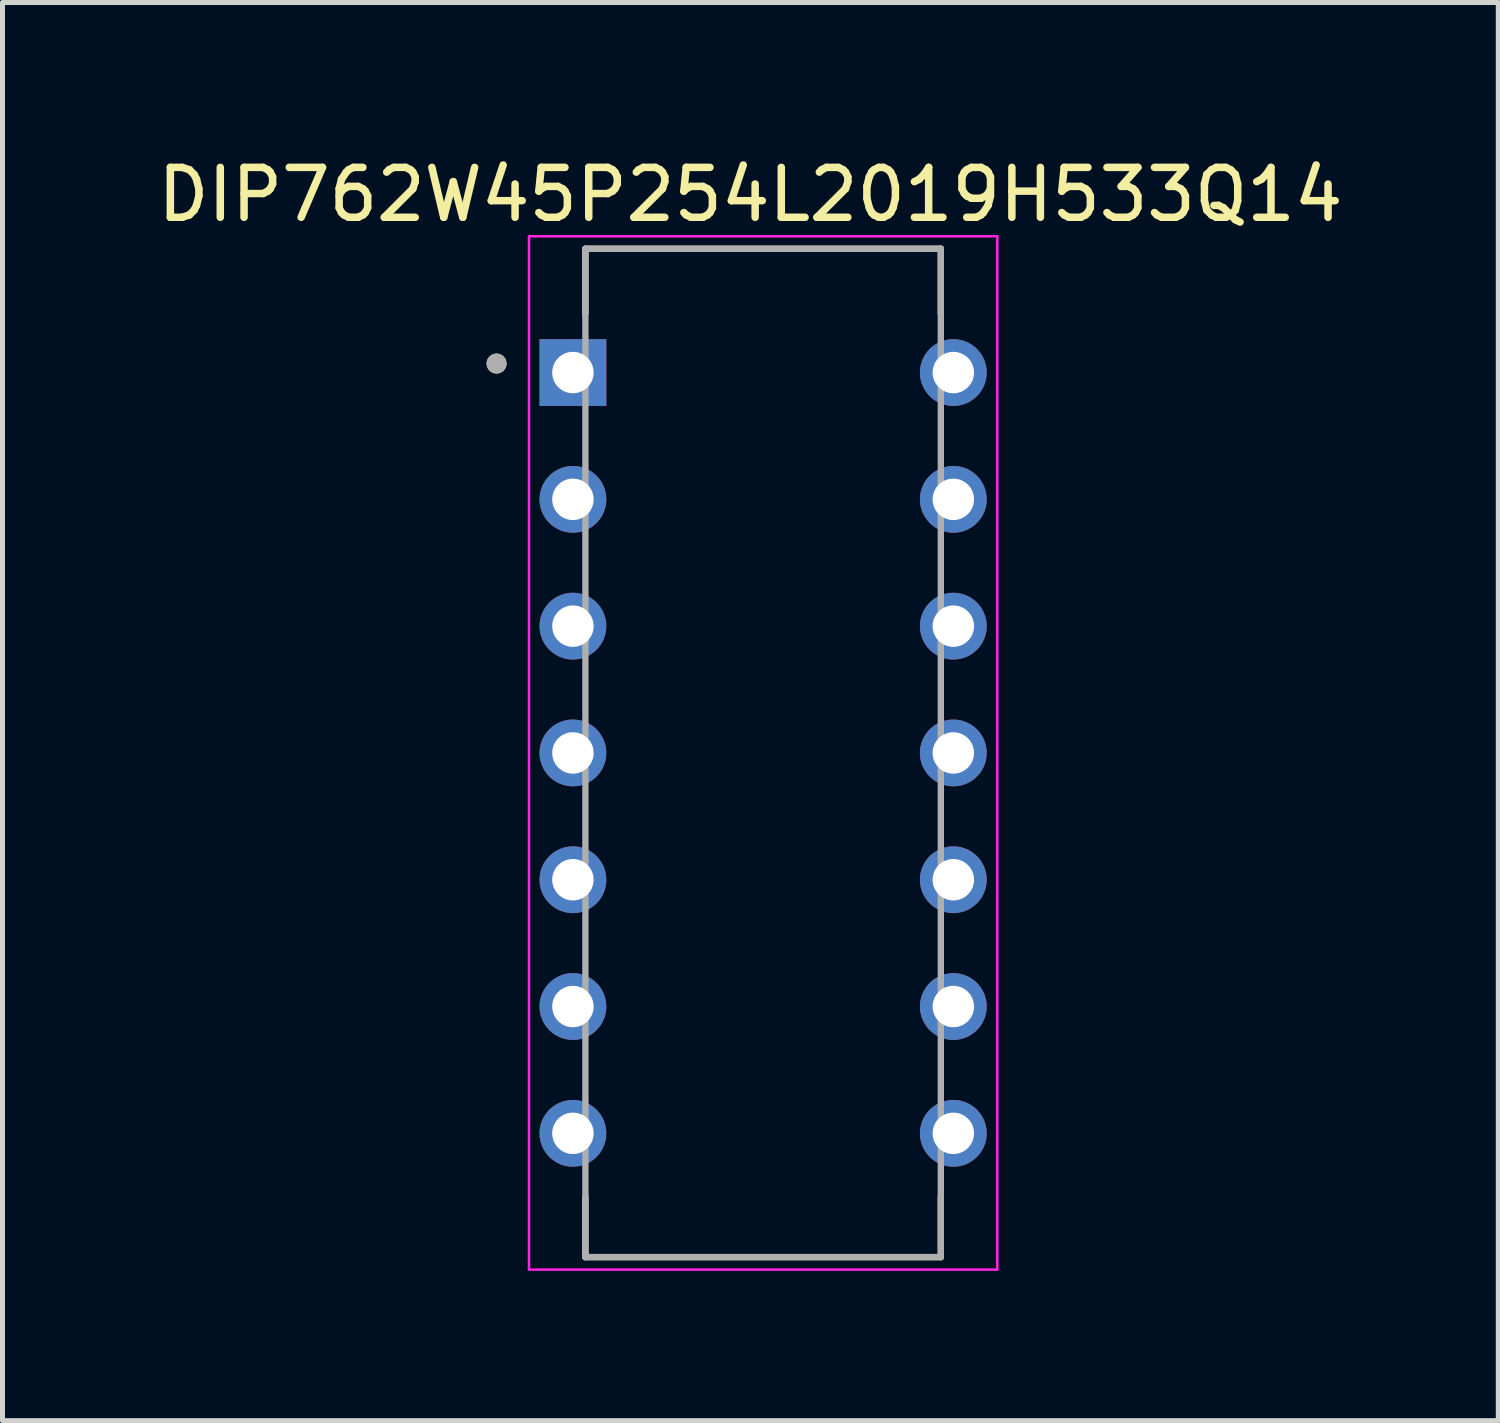
<source format=kicad_pcb>
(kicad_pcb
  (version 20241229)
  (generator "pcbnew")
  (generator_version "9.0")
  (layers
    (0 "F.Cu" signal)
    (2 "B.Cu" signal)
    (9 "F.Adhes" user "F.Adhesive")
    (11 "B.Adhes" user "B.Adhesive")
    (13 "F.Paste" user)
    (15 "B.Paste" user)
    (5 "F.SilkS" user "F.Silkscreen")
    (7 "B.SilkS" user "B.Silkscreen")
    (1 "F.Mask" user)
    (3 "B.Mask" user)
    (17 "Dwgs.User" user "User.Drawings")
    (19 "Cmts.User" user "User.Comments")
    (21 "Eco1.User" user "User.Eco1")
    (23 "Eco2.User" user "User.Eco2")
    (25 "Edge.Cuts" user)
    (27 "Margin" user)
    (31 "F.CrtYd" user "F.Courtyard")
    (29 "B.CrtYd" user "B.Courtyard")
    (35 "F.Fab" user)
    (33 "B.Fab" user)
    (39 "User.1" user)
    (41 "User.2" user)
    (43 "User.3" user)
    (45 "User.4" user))
  (footprint "DIP762W45P254L2019H533Q14"
    (layer "F.Cu")
    (at 12.237 12.033)
    (property "Reference" "DIP762W45P254L2019H533Q14" (at -0.255 -11.185 0) (layer "F.SilkS") (effects (font (size 1 1) (thickness 0.15))))
    (attr through_hole)
    (fp_line (start -3.56 -10.1) (end 3.56 -10.1) (stroke (width 0.127) (type solid)) (layer "F.SilkS"))
    (fp_line (start -3.56 -8.8) (end -3.56 -10.1) (stroke (width 0.127) (type solid)) (layer "F.SilkS"))
    (fp_line (start -3.56 8.89) (end -3.56 10.1) (stroke (width 0.127) (type solid)) (layer "F.SilkS"))
    (fp_line (start -3.56 10.1) (end 3.56 10.1) (stroke (width 0.127) (type solid)) (layer "F.SilkS"))
    (fp_line (start 3.56 -10.1) (end 3.56 -8.8) (stroke (width 0.127) (type solid)) (layer "F.SilkS"))
    (fp_line (start 3.56 10.1) (end 3.56 8.89) (stroke (width 0.127) (type solid)) (layer "F.SilkS"))
    (fp_circle (center -5.34 -7.8) (end -5.24 -7.8) (stroke (width 0.2) (type solid)) (fill no) (layer "F.SilkS"))
    (fp_line (start -4.69 -10.35) (end 4.69 -10.35) (stroke (width 0.05) (type solid)) (layer "F.CrtYd"))
    (fp_line (start -4.69 10.35) (end -4.69 -10.35) (stroke (width 0.05) (type solid)) (layer "F.CrtYd"))
    (fp_line (start 4.69 -10.35) (end 4.69 10.35) (stroke (width 0.05) (type solid)) (layer "F.CrtYd"))
    (fp_line (start 4.69 10.35) (end -4.69 10.35) (stroke (width 0.05) (type solid)) (layer "F.CrtYd"))
    (fp_line (start -3.56 -10.1) (end 3.56 -10.1) (stroke (width 0.127) (type solid)) (layer "F.Fab"))
    (fp_line (start -3.56 10.1) (end -3.56 -10.1) (stroke (width 0.127) (type solid)) (layer "F.Fab"))
    (fp_line (start 3.56 -10.1) (end 3.56 10.1) (stroke (width 0.127) (type solid)) (layer "F.Fab"))
    (fp_line (start 3.56 10.1) (end -3.56 10.1) (stroke (width 0.127) (type solid)) (layer "F.Fab"))
    (fp_circle (center -5.34 -7.8) (end -5.24 -7.8) (stroke (width 0.2) (type solid)) (fill no) (layer "F.Fab"))
    (pad "1" thru_hole rect (at -3.81 -7.62) (size 1.338 1.338) (drill 0.83) (layers "*.Cu" "*.Mask"))
    (pad "2" thru_hole circle (at -3.81 -5.08) (size 1.338 1.338) (drill 0.83) (layers "*.Cu" "*.Mask"))
    (pad "3" thru_hole circle (at -3.81 -2.54) (size 1.338 1.338) (drill 0.83) (layers "*.Cu" "*.Mask"))
    (pad "4" thru_hole circle (at -3.81 0) (size 1.338 1.338) (drill 0.83) (layers "*.Cu" "*.Mask"))
    (pad "5" thru_hole circle (at -3.81 2.54) (size 1.338 1.338) (drill 0.83) (layers "*.Cu" "*.Mask"))
    (pad "6" thru_hole circle (at -3.81 5.08) (size 1.338 1.338) (drill 0.83) (layers "*.Cu" "*.Mask"))
    (pad "7" thru_hole circle (at -3.81 7.62) (size 1.338 1.338) (drill 0.83) (layers "*.Cu" "*.Mask"))
    (pad "8" thru_hole circle (at 3.81 7.62) (size 1.338 1.338) (drill 0.83) (layers "*.Cu" "*.Mask"))
    (pad "9" thru_hole circle (at 3.81 5.08) (size 1.338 1.338) (drill 0.83) (layers "*.Cu" "*.Mask"))
    (pad "10" thru_hole circle (at 3.81 2.54) (size 1.338 1.338) (drill 0.83) (layers "*.Cu" "*.Mask"))
    (pad "11" thru_hole circle (at 3.81 0) (size 1.338 1.338) (drill 0.83) (layers "*.Cu" "*.Mask"))
    (pad "12" thru_hole circle (at 3.81 -2.54) (size 1.338 1.338) (drill 0.83) (layers "*.Cu" "*.Mask"))
    (pad "13" thru_hole circle (at 3.81 -5.08) (size 1.338 1.338) (drill 0.83) (layers "*.Cu" "*.Mask"))
    (pad "14" thru_hole circle (at 3.81 -7.62) (size 1.338 1.338) (drill 0.83) (layers "*.Cu" "*.Mask")))
  (gr_rect
    (start -3 -3)
    (end 26.964 25.408)
    (stroke (width 0.1) (type default))
    (fill no)
    (layer "Edge.Cuts")))
</source>
